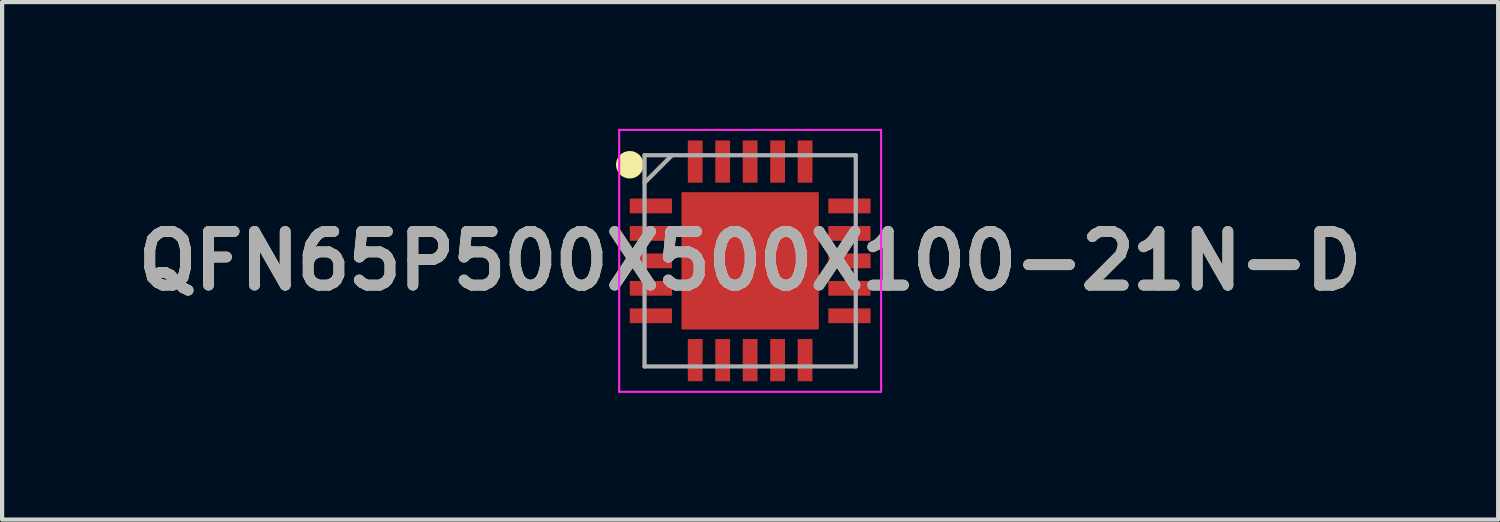
<source format=kicad_pcb>
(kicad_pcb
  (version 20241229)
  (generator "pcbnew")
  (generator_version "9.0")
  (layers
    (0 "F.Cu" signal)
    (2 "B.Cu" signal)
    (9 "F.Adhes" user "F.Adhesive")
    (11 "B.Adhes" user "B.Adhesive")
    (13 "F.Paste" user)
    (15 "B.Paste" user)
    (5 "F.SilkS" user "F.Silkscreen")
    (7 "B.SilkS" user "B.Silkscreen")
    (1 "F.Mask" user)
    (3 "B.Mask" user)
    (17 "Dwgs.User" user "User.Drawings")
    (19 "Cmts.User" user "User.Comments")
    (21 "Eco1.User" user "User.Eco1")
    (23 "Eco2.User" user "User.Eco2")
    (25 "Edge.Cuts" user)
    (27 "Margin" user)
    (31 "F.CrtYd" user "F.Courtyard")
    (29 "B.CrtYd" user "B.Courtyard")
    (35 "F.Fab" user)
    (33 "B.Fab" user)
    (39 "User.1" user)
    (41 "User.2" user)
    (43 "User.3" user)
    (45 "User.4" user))
  (footprint "QFN65P500X500X100-21N-D"
    (layer "F.Cu")
    (at 14.708 3.125)
    (property "Reference" "QFN65P500X500X100-21N-D" (at 0 0 0) (layer "F.SilkS") (effects (font (size 1.27 1.27) (thickness 0.254))))
    (attr smd)
    (fp_circle (center -2.85 -2.275) (end -2.85 -2.112) (stroke (width 0.325) (type solid)) (fill no) (layer "F.SilkS"))
    (fp_line (start -3.1 -3.1) (end 3.1 -3.1) (stroke (width 0.05) (type solid)) (layer "F.CrtYd"))
    (fp_line (start -3.1 3.1) (end -3.1 -3.1) (stroke (width 0.05) (type solid)) (layer "F.CrtYd"))
    (fp_line (start 3.1 -3.1) (end 3.1 3.1) (stroke (width 0.05) (type solid)) (layer "F.CrtYd"))
    (fp_line (start 3.1 3.1) (end -3.1 3.1) (stroke (width 0.05) (type solid)) (layer "F.CrtYd"))
    (fp_line (start -2.5 -2.5) (end 2.5 -2.5) (stroke (width 0.1) (type solid)) (layer "F.Fab"))
    (fp_line (start -2.5 -1.85) (end -1.85 -2.5) (stroke (width 0.1) (type solid)) (layer "F.Fab"))
    (fp_line (start -2.5 2.5) (end -2.5 -2.5) (stroke (width 0.1) (type solid)) (layer "F.Fab"))
    (fp_line (start 2.5 -2.5) (end 2.5 2.5) (stroke (width 0.1) (type solid)) (layer "F.Fab"))
    (fp_line (start 2.5 2.5) (end -2.5 2.5) (stroke (width 0.1) (type solid)) (layer "F.Fab"))
    (fp_text user "${REFERENCE}" (at 0 0 0) (layer "F.Fab") (effects (font (size 1.27 1.27) (thickness 0.254))))
    (pad "1" smd rect (at -2.35 -1.3 90) (size 0.35 1) (layers "F.Cu" "F.Mask" "F.Paste"))
    (pad "2" smd rect (at -2.35 -0.65 90) (size 0.35 1) (layers "F.Cu" "F.Mask" "F.Paste"))
    (pad "3" smd rect (at -2.35 0 90) (size 0.35 1) (layers "F.Cu" "F.Mask" "F.Paste"))
    (pad "4" smd rect (at -2.35 0.65 90) (size 0.35 1) (layers "F.Cu" "F.Mask" "F.Paste"))
    (pad "5" smd rect (at -2.35 1.3 90) (size 0.35 1) (layers "F.Cu" "F.Mask" "F.Paste"))
    (pad "6" smd rect (at -1.3 2.35) (size 0.35 1) (layers "F.Cu" "F.Mask" "F.Paste"))
    (pad "7" smd rect (at -0.65 2.35) (size 0.35 1) (layers "F.Cu" "F.Mask" "F.Paste"))
    (pad "8" smd rect (at 0 2.35) (size 0.35 1) (layers "F.Cu" "F.Mask" "F.Paste"))
    (pad "9" smd rect (at 0.65 2.35) (size 0.35 1) (layers "F.Cu" "F.Mask" "F.Paste"))
    (pad "10" smd rect (at 1.3 2.35) (size 0.35 1) (layers "F.Cu" "F.Mask" "F.Paste"))
    (pad "11" smd rect (at 2.35 1.3 90) (size 0.35 1) (layers "F.Cu" "F.Mask" "F.Paste"))
    (pad "12" smd rect (at 2.35 0.65 90) (size 0.35 1) (layers "F.Cu" "F.Mask" "F.Paste"))
    (pad "13" smd rect (at 2.35 0 90) (size 0.35 1) (layers "F.Cu" "F.Mask" "F.Paste"))
    (pad "14" smd rect (at 2.35 -0.65 90) (size 0.35 1) (layers "F.Cu" "F.Mask" "F.Paste"))
    (pad "15" smd rect (at 2.35 -1.3 90) (size 0.35 1) (layers "F.Cu" "F.Mask" "F.Paste"))
    (pad "16" smd rect (at 1.3 -2.35) (size 0.35 1) (layers "F.Cu" "F.Mask" "F.Paste"))
    (pad "17" smd rect (at 0.65 -2.35) (size 0.35 1) (layers "F.Cu" "F.Mask" "F.Paste"))
    (pad "18" smd rect (at 0 -2.35) (size 0.35 1) (layers "F.Cu" "F.Mask" "F.Paste"))
    (pad "19" smd rect (at -0.65 -2.35) (size 0.35 1) (layers "F.Cu" "F.Mask" "F.Paste"))
    (pad "20" smd rect (at -1.3 -2.35) (size 0.35 1) (layers "F.Cu" "F.Mask" "F.Paste"))
    (pad "21" smd rect (at 0 0) (size 3.25 3.25) (layers "F.Cu" "F.Mask" "F.Paste")))
  (gr_rect
    (start -3 -3)
    (end 32.416 9.25)
    (stroke (width 0.1) (type default))
    (fill no)
    (layer "Edge.Cuts")))
</source>
